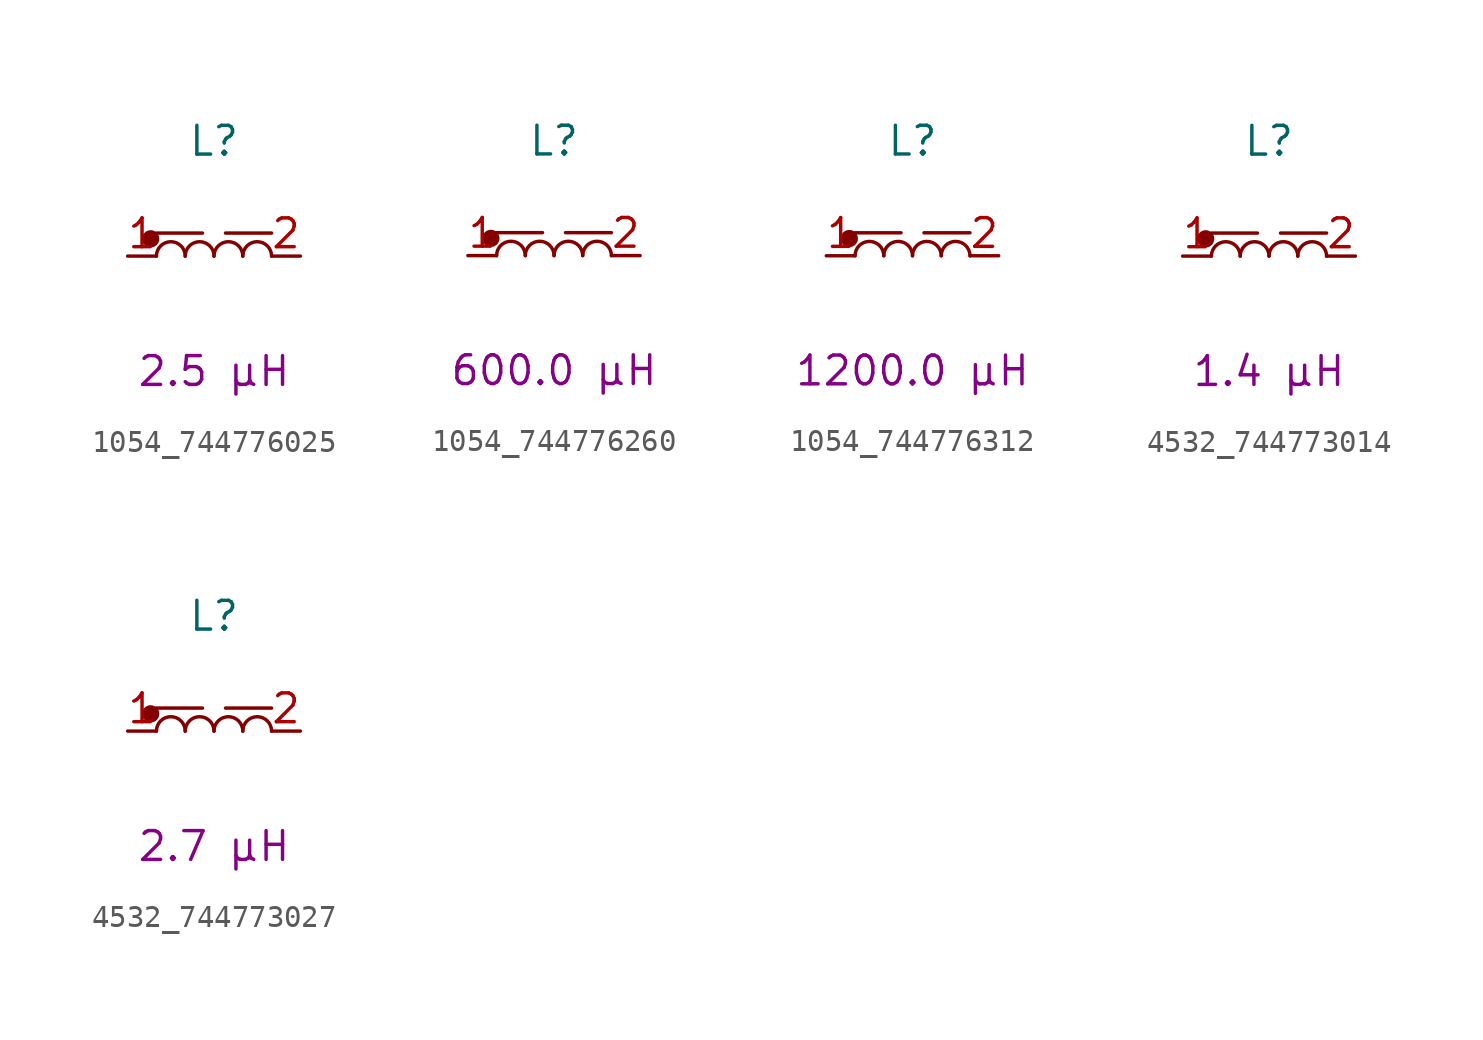
<source format=kicad_sym>
(kicad_symbol_lib
  (version 20220914)
  (generator kicad_symbol_editor)
  (symbol "1054_744776025"
    (pin_names hide)
    (property "Reference" "L"
      (at 0 5.08 0)
      (effects (font (size 1.27 1.27))))
    (property "Critical Parameter" "2.5 µH"
      (at 0 -5.08 0)
      (effects (font (size 1.27 1.27))))
    (symbol "1054_744776025_0_1"
      (arc (start -1.27 0) (mid -1.905 0.6323) (end -2.54 0) (stroke (width 0) (type default)) (fill (type none)))
      (arc (start 0 0) (mid -0.635 0.6323) (end -1.27 0) (stroke (width 0) (type default)) (fill (type none)))
      (polyline (pts (xy -2.54 1.016) (xy -0.508 1.016)) (stroke (width 0) (type default)) (fill (type none)))
      (arc (start 1.27 0) (mid 0.635 0.6323) (end 0 0) (stroke (width 0) (type default)) (fill (type none)))
      (arc (start 2.54 0) (mid 1.905 0.6323) (end 1.27 0) (stroke (width 0) (type default)) (fill (type none))))
    (symbol "1054_744776025_1_1"
      (circle (center -2.794 0.762) (radius 0.0001) (stroke (width 0.381) (type default)) (fill (type none)))
      (polyline (pts (xy 2.54 1.016) (xy 0.508 1.016)) (stroke (width 0) (type default)) (fill (type none)))
      (pin passive line (at -3.81 0 0) (length 1.27) (name "1" (effects (font (size 1.27 1.27)))) (number "1" (effects (font (size 1.27 1.27)))))
      (pin passive line (at 3.81 0 180) (length 1.27) (name "2" (effects (font (size 1.27 1.27)))) (number "2" (effects (font (size 1.27 1.27)))))))
  (symbol "1054_744776260"
    (pin_names hide)
    (property "Reference" "L"
      (at 0 5.08 0)
      (effects (font (size 1.27 1.27))))
    (property "Critical Parameter" "600.0 µH"
      (at 0 -5.08 0)
      (effects (font (size 1.27 1.27))))
    (symbol "1054_744776260_0_1"
      (arc (start -1.27 0) (mid -1.905 0.6323) (end -2.54 0) (stroke (width 0) (type default)) (fill (type none)))
      (arc (start 0 0) (mid -0.635 0.6323) (end -1.27 0) (stroke (width 0) (type default)) (fill (type none)))
      (polyline (pts (xy -2.54 1.016) (xy -0.508 1.016)) (stroke (width 0) (type default)) (fill (type none)))
      (arc (start 1.27 0) (mid 0.635 0.6323) (end 0 0) (stroke (width 0) (type default)) (fill (type none)))
      (arc (start 2.54 0) (mid 1.905 0.6323) (end 1.27 0) (stroke (width 0) (type default)) (fill (type none))))
    (symbol "1054_744776260_1_1"
      (circle (center -2.794 0.762) (radius 0.0001) (stroke (width 0.381) (type default)) (fill (type none)))
      (polyline (pts (xy 2.54 1.016) (xy 0.508 1.016)) (stroke (width 0) (type default)) (fill (type none)))
      (pin passive line (at -3.81 0 0) (length 1.27) (name "1" (effects (font (size 1.27 1.27)))) (number "1" (effects (font (size 1.27 1.27)))))
      (pin passive line (at 3.81 0 180) (length 1.27) (name "2" (effects (font (size 1.27 1.27)))) (number "2" (effects (font (size 1.27 1.27)))))))
  (symbol "1054_744776312"
    (pin_names hide)
    (property "Reference" "L"
      (at 0 5.08 0)
      (effects (font (size 1.27 1.27))))
    (property "Critical Parameter" "1200.0 µH"
      (at 0 -5.08 0)
      (effects (font (size 1.27 1.27))))
    (symbol "1054_744776312_0_1"
      (arc (start -1.27 0) (mid -1.905 0.6323) (end -2.54 0) (stroke (width 0) (type default)) (fill (type none)))
      (arc (start 0 0) (mid -0.635 0.6323) (end -1.27 0) (stroke (width 0) (type default)) (fill (type none)))
      (polyline (pts (xy -2.54 1.016) (xy -0.508 1.016)) (stroke (width 0) (type default)) (fill (type none)))
      (arc (start 1.27 0) (mid 0.635 0.6323) (end 0 0) (stroke (width 0) (type default)) (fill (type none)))
      (arc (start 2.54 0) (mid 1.905 0.6323) (end 1.27 0) (stroke (width 0) (type default)) (fill (type none))))
    (symbol "1054_744776312_1_1"
      (circle (center -2.794 0.762) (radius 0.0001) (stroke (width 0.381) (type default)) (fill (type none)))
      (polyline (pts (xy 2.54 1.016) (xy 0.508 1.016)) (stroke (width 0) (type default)) (fill (type none)))
      (pin passive line (at -3.81 0 0) (length 1.27) (name "1" (effects (font (size 1.27 1.27)))) (number "1" (effects (font (size 1.27 1.27)))))
      (pin passive line (at 3.81 0 180) (length 1.27) (name "2" (effects (font (size 1.27 1.27)))) (number "2" (effects (font (size 1.27 1.27)))))))
  (symbol "4532_744773014"
    (pin_names hide)
    (property "Reference" "L"
      (at 0 5.08 0)
      (effects (font (size 1.27 1.27))))
    (property "Critical Parameter" "1.4 µH"
      (at 0 -5.08 0)
      (effects (font (size 1.27 1.27))))
    (symbol "4532_744773014_0_1"
      (arc (start -1.27 0) (mid -1.905 0.6323) (end -2.54 0) (stroke (width 0) (type default)) (fill (type none)))
      (arc (start 0 0) (mid -0.635 0.6323) (end -1.27 0) (stroke (width 0) (type default)) (fill (type none)))
      (polyline (pts (xy -2.54 1.016) (xy -0.508 1.016)) (stroke (width 0) (type default)) (fill (type none)))
      (arc (start 1.27 0) (mid 0.635 0.6323) (end 0 0) (stroke (width 0) (type default)) (fill (type none)))
      (arc (start 2.54 0) (mid 1.905 0.6323) (end 1.27 0) (stroke (width 0) (type default)) (fill (type none))))
    (symbol "4532_744773014_1_1"
      (circle (center -2.794 0.762) (radius 0.0001) (stroke (width 0.381) (type default)) (fill (type none)))
      (polyline (pts (xy 2.54 1.016) (xy 0.508 1.016)) (stroke (width 0) (type default)) (fill (type none)))
      (pin passive line (at -3.81 0 0) (length 1.27) (name "1" (effects (font (size 1.27 1.27)))) (number "1" (effects (font (size 1.27 1.27)))))
      (pin passive line (at 3.81 0 180) (length 1.27) (name "2" (effects (font (size 1.27 1.27)))) (number "2" (effects (font (size 1.27 1.27)))))))
  (symbol "4532_744773027"
    (pin_names hide)
    (property "Reference" "L"
      (at 0 5.08 0)
      (effects (font (size 1.27 1.27))))
    (property "Critical Parameter" "2.7 µH"
      (at 0 -5.08 0)
      (effects (font (size 1.27 1.27))))
    (symbol "4532_744773027_0_1"
      (arc (start -1.27 0) (mid -1.905 0.6323) (end -2.54 0) (stroke (width 0) (type default)) (fill (type none)))
      (arc (start 0 0) (mid -0.635 0.6323) (end -1.27 0) (stroke (width 0) (type default)) (fill (type none)))
      (polyline (pts (xy -2.54 1.016) (xy -0.508 1.016)) (stroke (width 0) (type default)) (fill (type none)))
      (arc (start 1.27 0) (mid 0.635 0.6323) (end 0 0) (stroke (width 0) (type default)) (fill (type none)))
      (arc (start 2.54 0) (mid 1.905 0.6323) (end 1.27 0) (stroke (width 0) (type default)) (fill (type none))))
    (symbol "4532_744773027_1_1"
      (circle (center -2.794 0.762) (radius 0.0001) (stroke (width 0.381) (type default)) (fill (type none)))
      (polyline (pts (xy 2.54 1.016) (xy 0.508 1.016)) (stroke (width 0) (type default)) (fill (type none)))
      (pin passive line (at -3.81 0 0) (length 1.27) (name "1" (effects (font (size 1.27 1.27)))) (number "1" (effects (font (size 1.27 1.27)))))
      (pin passive line (at 3.81 0 180) (length 1.27) (name "2" (effects (font (size 1.27 1.27)))) (number "2" (effects (font (size 1.27 1.27))))))))
</source>
